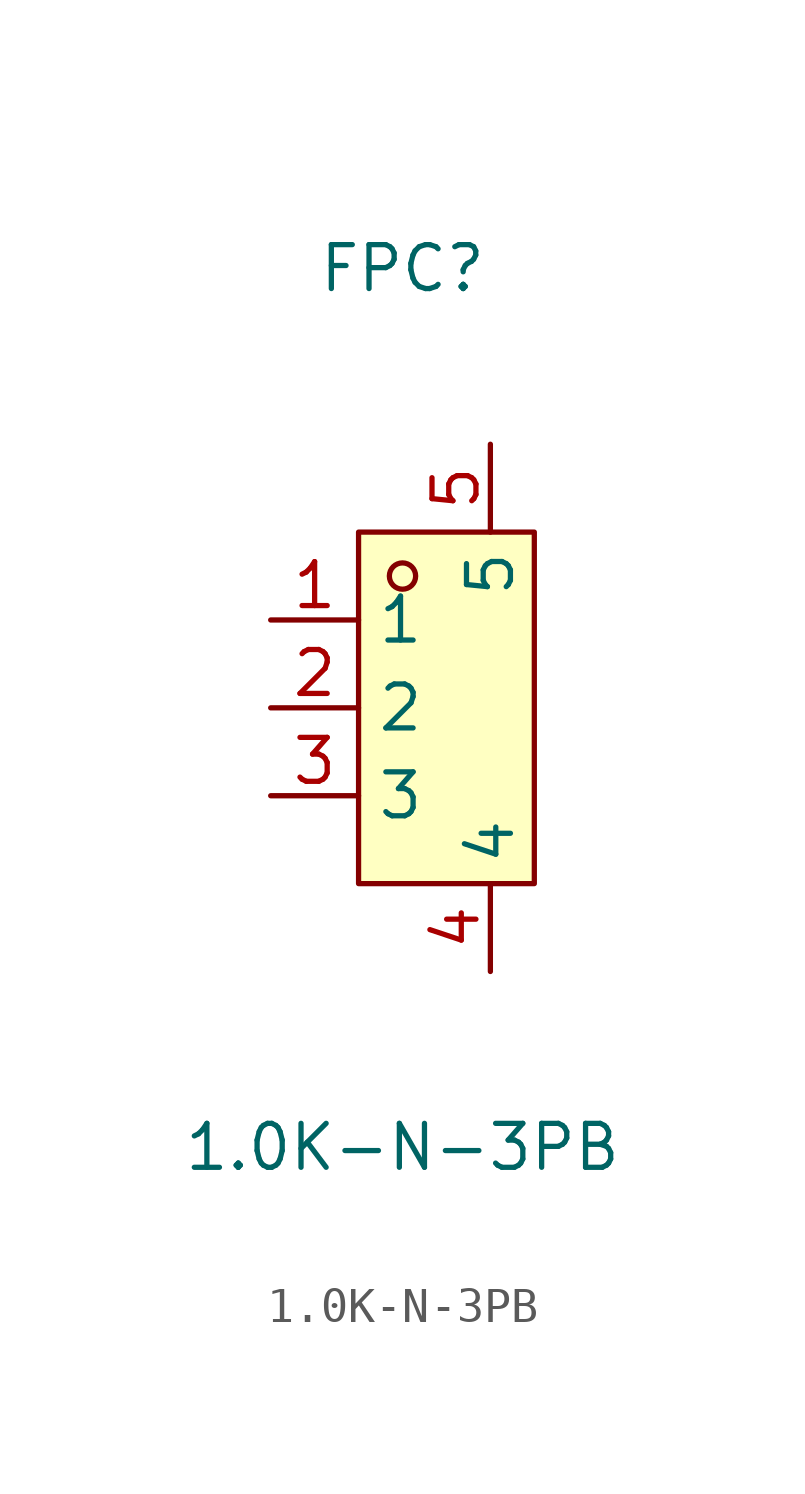
<source format=kicad_sym>
(kicad_symbol_lib
  (version 20211014)
  (generator https://github.com/uPesy/easyeda2kicad.py)
  (symbol "1.0K-N-3PB"
    (property "Reference" "FPC"
      (at 0 12.70 0)
      (effects (font (size 1.27 1.27))))
    (property "Value" "1.0K-N-3PB"
      (at 0 -12.70 0)
      (effects (font (size 1.27 1.27))))
    (symbol "1.0K-N-3PB_0_1"
      (rectangle (start -1.27 5.08) (end 3.81 -5.08) (stroke (width 0) (type default) (color 0 0 0 0)) (fill (type background)))
      (circle (center 0.00 3.81) (radius 0.38) (stroke (width 0) (type default) (color 0 0 0 0)) (fill (type none)))
      (pin unspecified line (at -3.81 2.54 0) (length 2.54) (name "1" (effects (font (size 1.27 1.27)))) (number "1" (effects (font (size 1.27 1.27)))))
      (pin unspecified line (at -3.81 -0.00 0) (length 2.54) (name "2" (effects (font (size 1.27 1.27)))) (number "2" (effects (font (size 1.27 1.27)))))
      (pin unspecified line (at -3.81 -2.54 0) (length 2.54) (name "3" (effects (font (size 1.27 1.27)))) (number "3" (effects (font (size 1.27 1.27)))))
      (pin unspecified line (at 2.54 -7.62 90) (length 2.54) (name "4" (effects (font (size 1.27 1.27)))) (number "4" (effects (font (size 1.27 1.27)))))
      (pin unspecified line (at 2.54 7.62 270) (length 2.54) (name "5" (effects (font (size 1.27 1.27)))) (number "5" (effects (font (size 1.27 1.27))))))))
</source>
